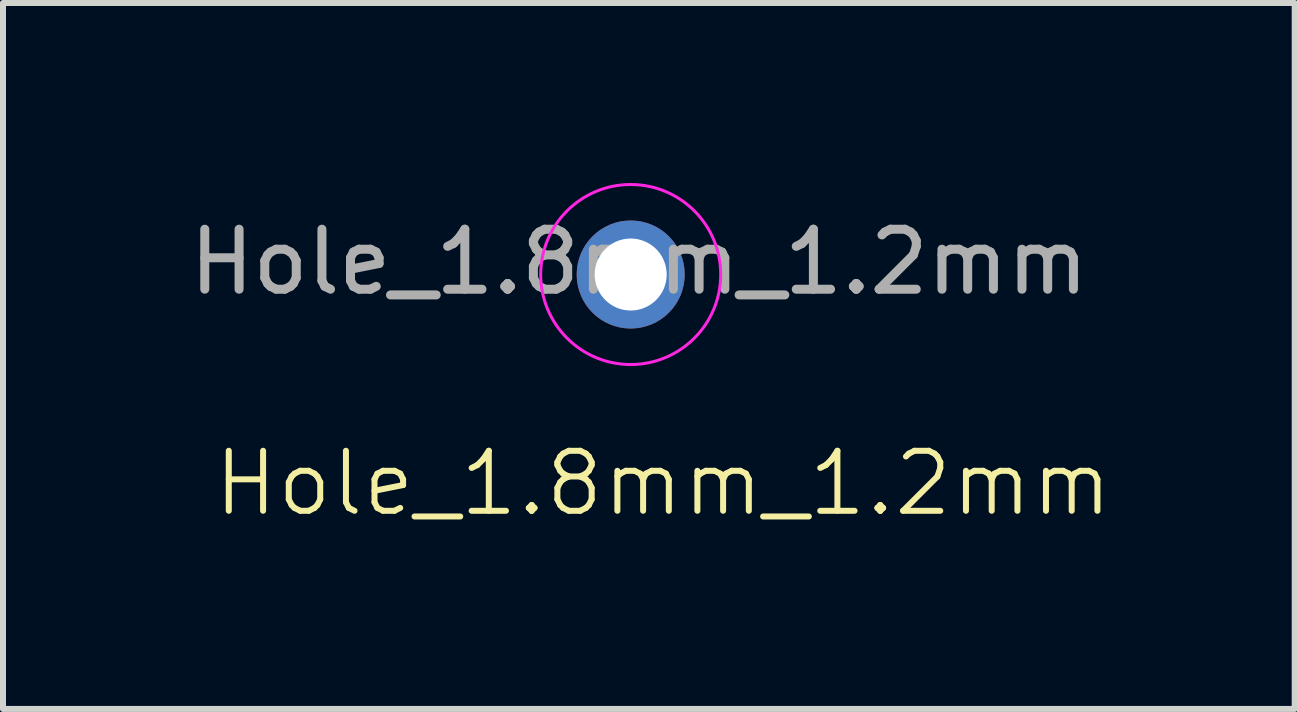
<source format=kicad_pcb>
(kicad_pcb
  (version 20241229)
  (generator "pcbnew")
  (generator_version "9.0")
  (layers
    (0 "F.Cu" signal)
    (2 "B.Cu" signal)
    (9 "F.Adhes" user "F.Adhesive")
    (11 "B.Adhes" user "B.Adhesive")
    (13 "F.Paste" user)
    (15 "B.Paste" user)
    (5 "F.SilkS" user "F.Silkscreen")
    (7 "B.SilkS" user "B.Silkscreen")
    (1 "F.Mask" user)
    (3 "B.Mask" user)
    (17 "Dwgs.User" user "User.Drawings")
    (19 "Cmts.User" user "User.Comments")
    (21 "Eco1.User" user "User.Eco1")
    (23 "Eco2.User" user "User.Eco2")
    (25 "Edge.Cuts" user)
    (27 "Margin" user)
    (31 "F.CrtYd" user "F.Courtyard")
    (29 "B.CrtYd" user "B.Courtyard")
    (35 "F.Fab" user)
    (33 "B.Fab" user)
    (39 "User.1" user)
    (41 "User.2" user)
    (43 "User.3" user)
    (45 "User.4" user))
  (footprint "Hole_1.8mm_1.2mm"
    (layer "F.Cu")
    (at 7.461 1.525)
    (property "Reference" "Hole_1.8mm_1.2mm" (at 0.54 3.48 0) (unlocked yes) (layer "F.SilkS") (effects (font (size 1 1) (thickness 0.1))))
    (attr through_hole)
    (fp_circle (center 0 0) (end 1.5 0) (stroke (width 0.05) (type solid)) (fill no) (layer "F.CrtYd"))
    (fp_text user "${REFERENCE}" (at 0.14 -0.21 0) (layer "F.Fab") (effects (font (size 1 1) (thickness 0.15))))
    (pad "1" thru_hole circle (at 0 0) (size 1.8 1.8) (drill 1.2) (layers "*.Cu" "*.Mask")))
  (gr_rect
    (start -3 -3)
    (end 18.527 8.765)
    (stroke (width 0.1) (type default))
    (fill no)
    (layer "Edge.Cuts")))
</source>
